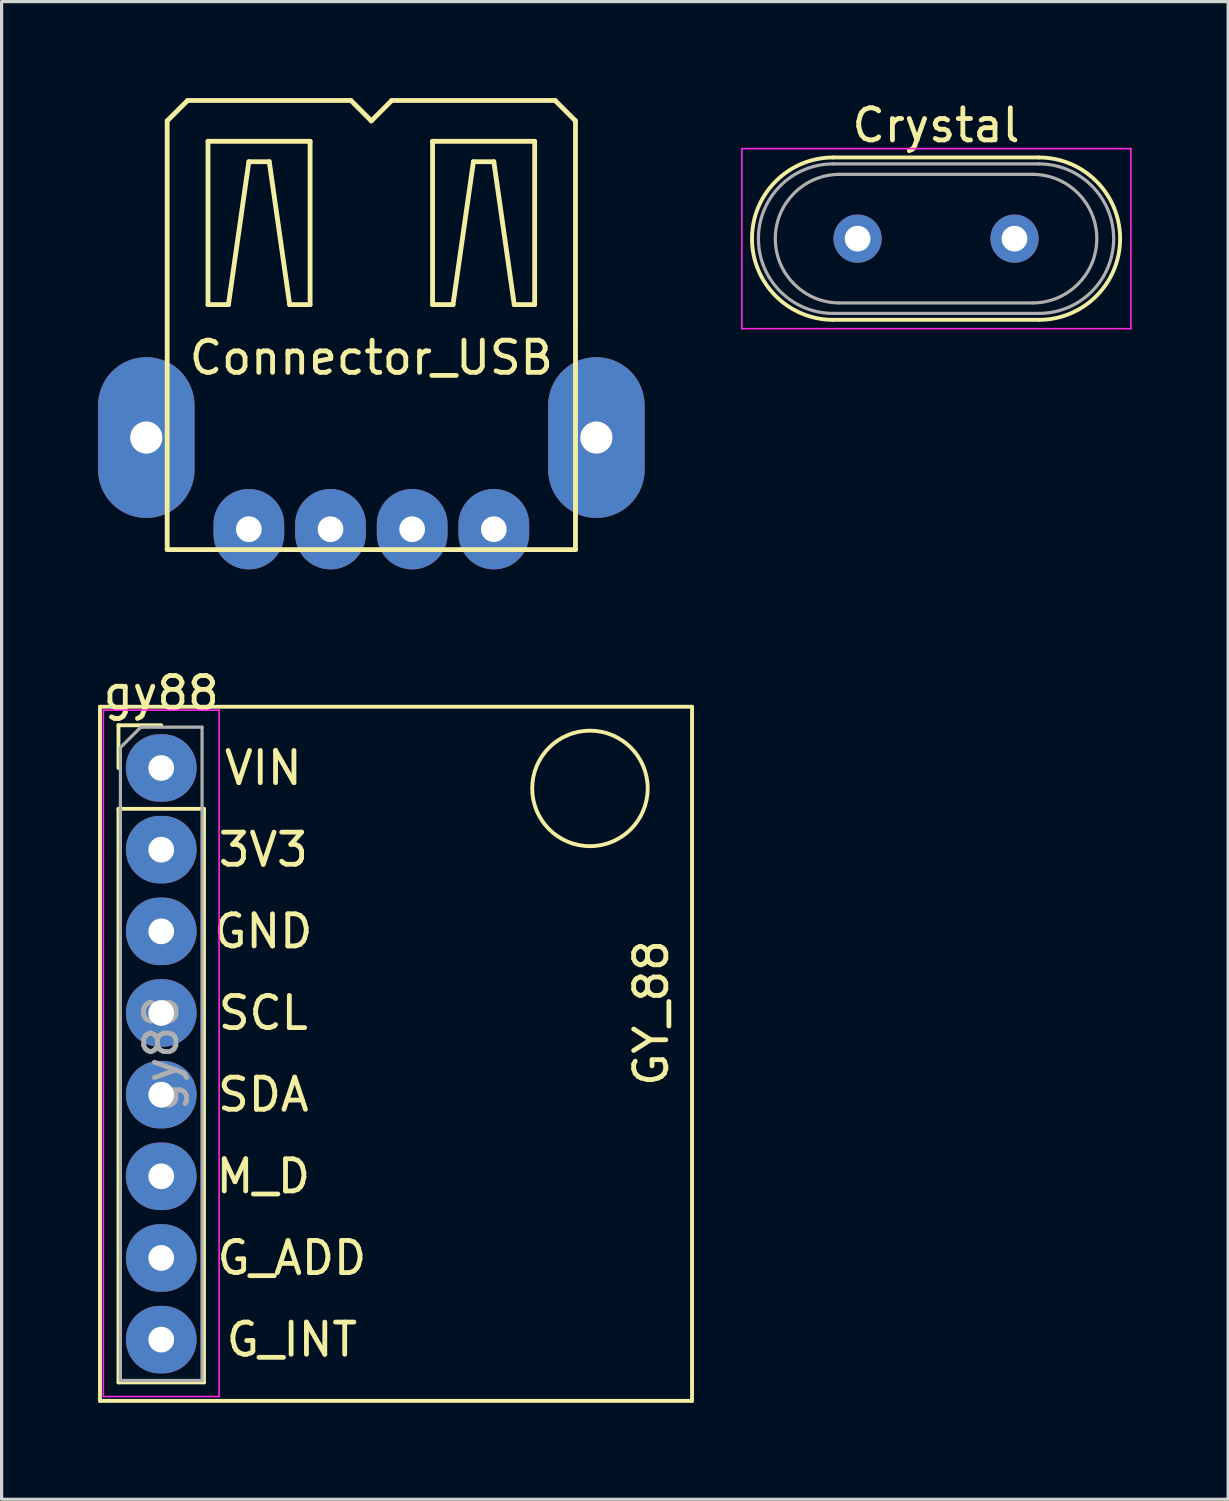
<source format=kicad_pcb>
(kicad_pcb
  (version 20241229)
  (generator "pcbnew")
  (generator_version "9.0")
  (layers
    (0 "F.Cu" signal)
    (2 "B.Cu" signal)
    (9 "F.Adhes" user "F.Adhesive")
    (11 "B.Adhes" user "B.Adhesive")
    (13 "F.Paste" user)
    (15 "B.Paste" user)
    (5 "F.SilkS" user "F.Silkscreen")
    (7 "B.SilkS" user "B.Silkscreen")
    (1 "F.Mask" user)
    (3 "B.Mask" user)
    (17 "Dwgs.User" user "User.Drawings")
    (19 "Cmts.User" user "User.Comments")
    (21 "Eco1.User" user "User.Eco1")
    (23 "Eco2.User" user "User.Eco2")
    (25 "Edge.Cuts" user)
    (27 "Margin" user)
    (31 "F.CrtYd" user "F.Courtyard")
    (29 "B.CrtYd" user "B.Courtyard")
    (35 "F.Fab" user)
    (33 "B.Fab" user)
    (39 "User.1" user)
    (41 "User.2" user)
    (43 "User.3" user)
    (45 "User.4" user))
  (footprint "gy88"
    (layer "F.Cu")
    (at 1.965 20.838)
    (property "Reference" "gy88" (at 0 -2.33 0) (layer "F.SilkS") (effects (font (size 1 1) (thickness 0.15))))
    (attr through_hole)
    (fp_line (start -1.905 -1.905) (end 16.51 -1.905) (stroke (width 0.12) (type solid)) (layer "F.SilkS"))
    (fp_line (start -1.905 19.685) (end -1.905 -1.905) (stroke (width 0.12) (type solid)) (layer "F.SilkS"))
    (fp_line (start -1.33 -1.33) (end 0 -1.33) (stroke (width 0.12) (type solid)) (layer "F.SilkS"))
    (fp_line (start -1.33 0) (end -1.33 -1.33) (stroke (width 0.12) (type solid)) (layer "F.SilkS"))
    (fp_line (start -1.33 1.27) (end -1.33 19.11) (stroke (width 0.12) (type solid)) (layer "F.SilkS"))
    (fp_line (start -1.33 1.27) (end 1.33 1.27) (stroke (width 0.12) (type solid)) (layer "F.SilkS"))
    (fp_line (start -1.33 19.11) (end 1.33 19.11) (stroke (width 0.12) (type solid)) (layer "F.SilkS"))
    (fp_line (start 1.33 1.27) (end 1.33 19.11) (stroke (width 0.12) (type solid)) (layer "F.SilkS"))
    (fp_line (start 16.51 -1.905) (end 16.51 19.05) (stroke (width 0.12) (type solid)) (layer "F.SilkS"))
    (fp_line (start 16.51 19.05) (end 16.51 19.685) (stroke (width 0.12) (type solid)) (layer "F.SilkS"))
    (fp_line (start 16.51 19.685) (end -1.905 19.685) (stroke (width 0.12) (type solid)) (layer "F.SilkS"))
    (fp_circle (center 13.335 0.635) (end 14.605 1.905) (stroke (width 0.12) (type solid)) (fill no) (layer "F.SilkS"))
    (fp_line (start -1.8 -1.8) (end -1.8 19.55) (stroke (width 0.05) (type solid)) (layer "F.CrtYd"))
    (fp_line (start -1.8 19.55) (end 1.8 19.55) (stroke (width 0.05) (type solid)) (layer "F.CrtYd"))
    (fp_line (start 1.8 -1.8) (end -1.8 -1.8) (stroke (width 0.05) (type solid)) (layer "F.CrtYd"))
    (fp_line (start 1.8 19.55) (end 1.8 -1.8) (stroke (width 0.05) (type solid)) (layer "F.CrtYd"))
    (fp_line (start -1.27 -0.635) (end -0.635 -1.27) (stroke (width 0.1) (type solid)) (layer "F.Fab"))
    (fp_line (start -1.27 19.05) (end -1.27 -0.635) (stroke (width 0.1) (type solid)) (layer "F.Fab"))
    (fp_line (start -0.635 -1.27) (end 1.27 -1.27) (stroke (width 0.1) (type solid)) (layer "F.Fab"))
    (fp_line (start 1.27 -1.27) (end 1.27 19.05) (stroke (width 0.1) (type solid)) (layer "F.Fab"))
    (fp_line (start 1.27 19.05) (end -1.27 19.05) (stroke (width 0.1) (type solid)) (layer "F.Fab"))
    (fp_text user "GY_88" (at 15.24 7.62 270) (layer "F.SilkS") (effects (font (size 1 1) (thickness 0.15))))
    (fp_text user "G_INT" (at 4.064 17.78 0) (layer "F.SilkS") (effects (font (size 1 1) (thickness 0.15))))
    (fp_text user "GND" (at 3.175 5.08 0) (layer "F.SilkS") (effects (font (size 1 1) (thickness 0.15))))
    (fp_text user "3V3" (at 3.175 2.54 0) (layer "F.SilkS") (effects (font (size 1 1) (thickness 0.15))))
    (fp_text user "G_ADD" (at 4.064 15.24 0) (layer "F.SilkS") (effects (font (size 1 1) (thickness 0.15))))
    (fp_text user "SCL" (at 3.175 7.62 0) (layer "F.SilkS") (effects (font (size 1 1) (thickness 0.15))))
    (fp_text user "SDA" (at 3.175 10.16 0) (layer "F.SilkS") (effects (font (size 1 1) (thickness 0.15))))
    (fp_text user "VIN" (at 3.175 0 0) (layer "F.SilkS") (effects (font (size 1 1) (thickness 0.15))))
    (fp_text user "M_D" (at 3.175 12.7 0) (layer "F.SilkS") (effects (font (size 1 1) (thickness 0.15))))
    (fp_text user "${REFERENCE}" (at 0 8.89 90) (layer "F.Fab") (effects (font (size 1 1) (thickness 0.15))))
    (pad "1" thru_hole oval (at 0 0) (size 2.2 2.1) (drill 0.8) (layers "*.Cu" "*.Mask"))
    (pad "2" thru_hole oval (at 0 2.54) (size 2.2 2.1) (drill 0.8) (layers "*.Cu" "*.Mask"))
    (pad "3" thru_hole oval (at 0 5.08) (size 2.2 2.1) (drill 0.8) (layers "*.Cu" "*.Mask"))
    (pad "4" thru_hole oval (at 0 7.62) (size 2.2 2.1) (drill 0.8) (layers "*.Cu" "*.Mask"))
    (pad "5" thru_hole oval (at 0 10.16) (size 2.2 2.1) (drill 0.8) (layers "*.Cu" "*.Mask"))
    (pad "6" thru_hole oval (at 0 12.7) (size 2.2 2.1) (drill 0.8) (layers "*.Cu" "*.Mask"))
    (pad "7" thru_hole oval (at 0 15.24) (size 2.2 2.1) (drill 0.8) (layers "*.Cu" "*.Mask"))
    (pad "8" thru_hole oval (at 0 17.78) (size 2.2 2.1) (drill 0.8) (layers "*.Cu" "*.Mask")))
  (footprint "Crystal"
    (layer "F.Cu")
    (at 23.625 4.373)
    (property "Reference" "Crystal" (at 2.44 -3.525 0) (layer "F.SilkS") (effects (font (size 1 1) (thickness 0.15))))
    (attr through_hole)
    (fp_line (start -0.76 -2.525) (end 5.64 -2.525) (stroke (width 0.12) (type solid)) (layer "F.SilkS"))
    (fp_line (start -0.76 2.525) (end 5.64 2.525) (stroke (width 0.12) (type solid)) (layer "F.SilkS"))
    (fp_arc (start -0.76 2.525) (mid -3.285 0) (end -0.76 -2.525) (stroke (width 0.12) (type solid)) (layer "F.SilkS"))
    (fp_arc (start 5.64 -2.525) (mid 8.165 0) (end 5.64 2.525) (stroke (width 0.12) (type solid)) (layer "F.SilkS"))
    (fp_line (start -3.6 -2.8) (end -3.6 2.8) (stroke (width 0.05) (type solid)) (layer "F.CrtYd"))
    (fp_line (start -3.6 2.8) (end 8.5 2.8) (stroke (width 0.05) (type solid)) (layer "F.CrtYd"))
    (fp_line (start 8.5 -2.8) (end -3.6 -2.8) (stroke (width 0.05) (type solid)) (layer "F.CrtYd"))
    (fp_line (start 8.5 2.8) (end 8.5 -2.8) (stroke (width 0.05) (type solid)) (layer "F.CrtYd"))
    (fp_line (start -0.76 -2.325) (end 5.64 -2.325) (stroke (width 0.1) (type solid)) (layer "F.Fab"))
    (fp_line (start -0.76 2.325) (end 5.64 2.325) (stroke (width 0.1) (type solid)) (layer "F.Fab"))
    (fp_line (start -0.56 -2) (end 5.44 -2) (stroke (width 0.1) (type solid)) (layer "F.Fab"))
    (fp_line (start -0.56 2) (end 5.44 2) (stroke (width 0.1) (type solid)) (layer "F.Fab"))
    (fp_arc (start -0.76 2.325) (mid -3.085 0) (end -0.76 -2.325) (stroke (width 0.1) (type solid)) (layer "F.Fab"))
    (fp_arc (start -0.56 2) (mid -2.56 0) (end -0.56 -2) (stroke (width 0.1) (type solid)) (layer "F.Fab"))
    (fp_arc (start 5.44 -2) (mid 7.44 0) (end 5.44 2) (stroke (width 0.1) (type solid)) (layer "F.Fab"))
    (fp_arc (start 5.64 -2.325) (mid 7.965 0) (end 5.64 2.325) (stroke (width 0.1) (type solid)) (layer "F.Fab"))
    (pad "1" thru_hole circle (at 0 0) (size 1.5 1.5) (drill 0.8) (layers "*.Cu" "*.Mask"))
    (pad "2" thru_hole circle (at 4.88 0) (size 1.5 1.5) (drill 0.8) (layers "*.Cu" "*.Mask")))
  (footprint "Connector_USB"
    (layer "F.Cu")
    (at 8.5 7.06)
    (property "Reference" "Connector_USB" (at 0 1.016 0) (layer "F.SilkS") (effects (font (size 1 1) (thickness 0.15))))
    (attr through_hole)
    (fp_line (start -6.35 -6.35) (end -5.715 -6.985) (stroke (width 0.15) (type solid)) (layer "F.SilkS"))
    (fp_line (start -6.35 6.985) (end -6.35 -6.35) (stroke (width 0.15) (type solid)) (layer "F.SilkS"))
    (fp_line (start -5.715 -6.985) (end -0.635 -6.985) (stroke (width 0.15) (type solid)) (layer "F.SilkS"))
    (fp_line (start -5.08 -5.715) (end -1.905 -5.715) (stroke (width 0.15) (type solid)) (layer "F.SilkS"))
    (fp_line (start -5.08 -0.635) (end -5.08 -5.715) (stroke (width 0.15) (type solid)) (layer "F.SilkS"))
    (fp_line (start -4.445 -0.635) (end -5.08 -0.635) (stroke (width 0.15) (type solid)) (layer "F.SilkS"))
    (fp_line (start -3.81 -5.08) (end -4.445 -0.635) (stroke (width 0.15) (type solid)) (layer "F.SilkS"))
    (fp_line (start -3.175 -5.08) (end -3.81 -5.08) (stroke (width 0.15) (type solid)) (layer "F.SilkS"))
    (fp_line (start -2.54 -0.635) (end -3.175 -5.08) (stroke (width 0.15) (type solid)) (layer "F.SilkS"))
    (fp_line (start -1.905 -5.715) (end -1.905 -0.635) (stroke (width 0.15) (type solid)) (layer "F.SilkS"))
    (fp_line (start -1.905 -0.635) (end -2.54 -0.635) (stroke (width 0.15) (type solid)) (layer "F.SilkS"))
    (fp_line (start 0 -6.35) (end -0.635 -6.985) (stroke (width 0.15) (type solid)) (layer "F.SilkS"))
    (fp_line (start 0.635 -6.985) (end 0 -6.35) (stroke (width 0.15) (type solid)) (layer "F.SilkS"))
    (fp_line (start 0.635 -6.985) (end 5.715 -6.985) (stroke (width 0.15) (type solid)) (layer "F.SilkS"))
    (fp_line (start 1.905 -5.715) (end 5.08 -5.715) (stroke (width 0.15) (type solid)) (layer "F.SilkS"))
    (fp_line (start 1.905 -0.635) (end 1.905 -5.715) (stroke (width 0.15) (type solid)) (layer "F.SilkS"))
    (fp_line (start 2.54 -0.635) (end 1.905 -0.635) (stroke (width 0.15) (type solid)) (layer "F.SilkS"))
    (fp_line (start 3.175 -5.08) (end 2.54 -0.635) (stroke (width 0.15) (type solid)) (layer "F.SilkS"))
    (fp_line (start 3.81 -5.08) (end 3.175 -5.08) (stroke (width 0.15) (type solid)) (layer "F.SilkS"))
    (fp_line (start 4.445 -0.635) (end 3.81 -5.08) (stroke (width 0.15) (type solid)) (layer "F.SilkS"))
    (fp_line (start 5.08 -5.715) (end 5.08 -0.635) (stroke (width 0.15) (type solid)) (layer "F.SilkS"))
    (fp_line (start 5.08 -0.635) (end 4.445 -0.635) (stroke (width 0.15) (type solid)) (layer "F.SilkS"))
    (fp_line (start 6.35 -6.35) (end 5.715 -6.985) (stroke (width 0.15) (type solid)) (layer "F.SilkS"))
    (fp_line (start 6.35 -6.35) (end 6.35 0) (stroke (width 0.15) (type solid)) (layer "F.SilkS"))
    (fp_line (start 6.35 0) (end 6.35 6.985) (stroke (width 0.15) (type solid)) (layer "F.SilkS"))
    (fp_line (start 6.35 6.985) (end -6.35 6.985) (stroke (width 0.15) (type solid)) (layer "F.SilkS"))
    (pad "1" thru_hole oval (at 3.81 6.35) (size 2.2 2.5) (drill 0.8) (layers "*.Cu" "*.Mask"))
    (pad "2" thru_hole oval (at 1.27 6.35) (size 2.2 2.5) (drill 0.8) (layers "*.Cu" "*.Mask"))
    (pad "3" thru_hole oval (at -1.27 6.35) (size 2.2 2.5) (drill 0.8) (layers "*.Cu" "*.Mask"))
    (pad "4" thru_hole oval (at -3.81 6.35) (size 2.2 2.5) (drill 0.8) (layers "*.Cu" "*.Mask"))
    (pad "5" thru_hole oval (at -7 3.5) (size 3 5) (drill 1) (layers "*.Cu" "*.Mask"))
    (pad "5" thru_hole oval (at 7 3.5) (size 3 5) (drill 1) (layers "*.Cu" "*.Mask")))
  (gr_rect
    (start -3 -3)
    (end 35.15 43.583)
    (stroke (width 0.1) (type default))
    (fill no)
    (layer "Edge.Cuts")))
</source>
